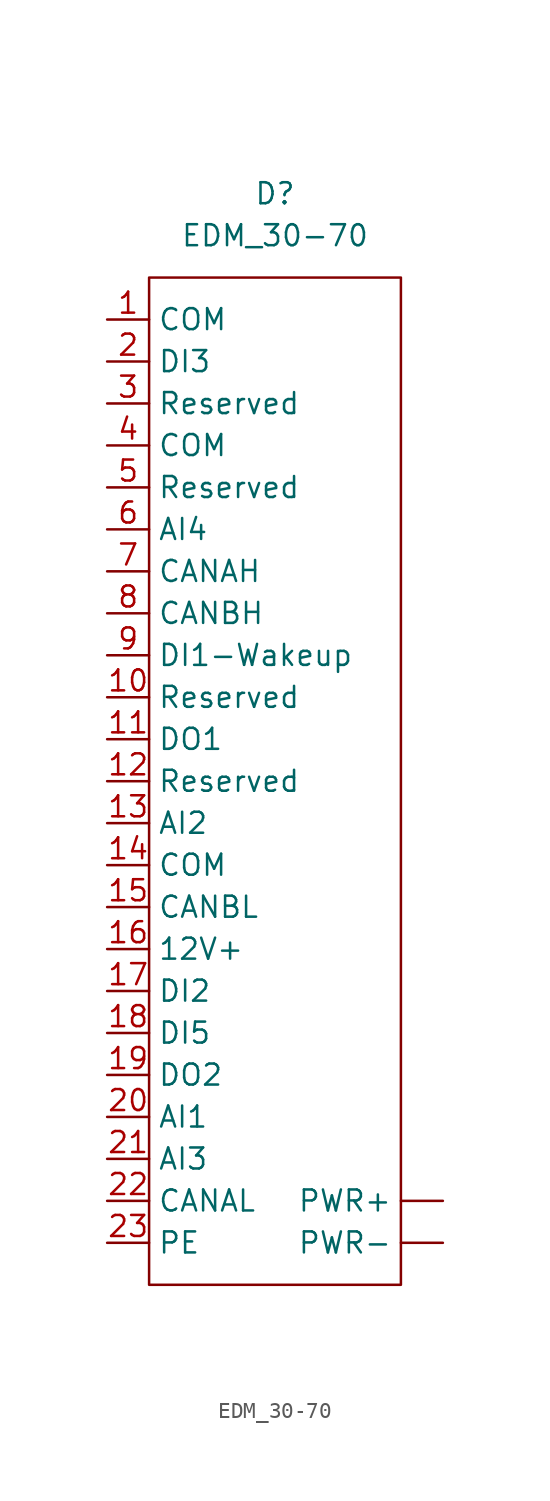
<source format=kicad_sym>
(kicad_symbol_lib
  (version 20211014)
  (generator kicad_symbol_editor)
  (symbol "EDM_30-70"
    (property "Reference" "D"
      (at 0 5.08 0)
      (effects (font (size 1.27 1.27))))
    (property "Value" "EDM_30-70"
      (at 0 2.54 0)
      (effects (font (size 1.27 1.27))))
    (symbol "EDM_30-70_0_1"
      (rectangle (start -7.62 0) (end 7.62 -60.96) (stroke (width 0) (type default) (color 0 0 0 0)) (fill (type none))))
    (symbol "EDM_30-70_1_1"
      (pin input line (at 10.16 -55.88 180) (length 2.54) (name "PWR+" (effects (font (size 1.27 1.27)))) (number "" (effects (font (size 1.27 1.27)))))
      (pin input line (at 10.16 -58.42 180) (length 2.54) (name "PWR-" (effects (font (size 1.27 1.27)))) (number "" (effects (font (size 1.27 1.27)))))
      (pin input line (at -10.16 -2.54 0) (length 2.54) (name "COM" (effects (font (size 1.27 1.27)))) (number "1" (effects (font (size 1.27 1.27)))))
      (pin input line (at -10.16 -25.4 0) (length 2.54) (name "Reserved" (effects (font (size 1.27 1.27)))) (number "10" (effects (font (size 1.27 1.27)))))
      (pin input line (at -10.16 -27.94 0) (length 2.54) (name "DO1" (effects (font (size 1.27 1.27)))) (number "11" (effects (font (size 1.27 1.27)))))
      (pin input line (at -10.16 -30.48 0) (length 2.54) (name "Reserved" (effects (font (size 1.27 1.27)))) (number "12" (effects (font (size 1.27 1.27)))))
      (pin input line (at -10.16 -33.02 0) (length 2.54) (name "AI2" (effects (font (size 1.27 1.27)))) (number "13" (effects (font (size 1.27 1.27)))))
      (pin input line (at -10.16 -35.56 0) (length 2.54) (name "COM" (effects (font (size 1.27 1.27)))) (number "14" (effects (font (size 1.27 1.27)))))
      (pin input line (at -10.16 -38.1 0) (length 2.54) (name "CANBL" (effects (font (size 1.27 1.27)))) (number "15" (effects (font (size 1.27 1.27)))))
      (pin input line (at -10.16 -40.64 0) (length 2.54) (name "12V+" (effects (font (size 1.27 1.27)))) (number "16" (effects (font (size 1.27 1.27)))))
      (pin input line (at -10.16 -43.18 0) (length 2.54) (name "DI2" (effects (font (size 1.27 1.27)))) (number "17" (effects (font (size 1.27 1.27)))))
      (pin input line (at -10.16 -45.72 0) (length 2.54) (name "DI5" (effects (font (size 1.27 1.27)))) (number "18" (effects (font (size 1.27 1.27)))))
      (pin input line (at -10.16 -48.26 0) (length 2.54) (name "DO2" (effects (font (size 1.27 1.27)))) (number "19" (effects (font (size 1.27 1.27)))))
      (pin input line (at -10.16 -5.08 0) (length 2.54) (name "DI3" (effects (font (size 1.27 1.27)))) (number "2" (effects (font (size 1.27 1.27)))))
      (pin input line (at -10.16 -50.8 0) (length 2.54) (name "AI1" (effects (font (size 1.27 1.27)))) (number "20" (effects (font (size 1.27 1.27)))))
      (pin input line (at -10.16 -53.34 0) (length 2.54) (name "AI3" (effects (font (size 1.27 1.27)))) (number "21" (effects (font (size 1.27 1.27)))))
      (pin input line (at -10.16 -55.88 0) (length 2.54) (name "CANAL" (effects (font (size 1.27 1.27)))) (number "22" (effects (font (size 1.27 1.27)))))
      (pin input line (at -10.16 -58.42 0) (length 2.54) (name "PE" (effects (font (size 1.27 1.27)))) (number "23" (effects (font (size 1.27 1.27)))))
      (pin input line (at -10.16 -7.62 0) (length 2.54) (name "Reserved" (effects (font (size 1.27 1.27)))) (number "3" (effects (font (size 1.27 1.27)))))
      (pin input line (at -10.16 -10.16 0) (length 2.54) (name "COM" (effects (font (size 1.27 1.27)))) (number "4" (effects (font (size 1.27 1.27)))))
      (pin input line (at -10.16 -12.7 0) (length 2.54) (name "Reserved" (effects (font (size 1.27 1.27)))) (number "5" (effects (font (size 1.27 1.27)))))
      (pin input line (at -10.16 -15.24 0) (length 2.54) (name "AI4" (effects (font (size 1.27 1.27)))) (number "6" (effects (font (size 1.27 1.27)))))
      (pin input line (at -10.16 -17.78 0) (length 2.54) (name "CANAH" (effects (font (size 1.27 1.27)))) (number "7" (effects (font (size 1.27 1.27)))))
      (pin input line (at -10.16 -20.32 0) (length 2.54) (name "CANBH" (effects (font (size 1.27 1.27)))) (number "8" (effects (font (size 1.27 1.27)))))
      (pin input line (at -10.16 -22.86 0) (length 2.54) (name "DI1-Wakeup" (effects (font (size 1.27 1.27)))) (number "9" (effects (font (size 1.27 1.27))))))))
</source>
